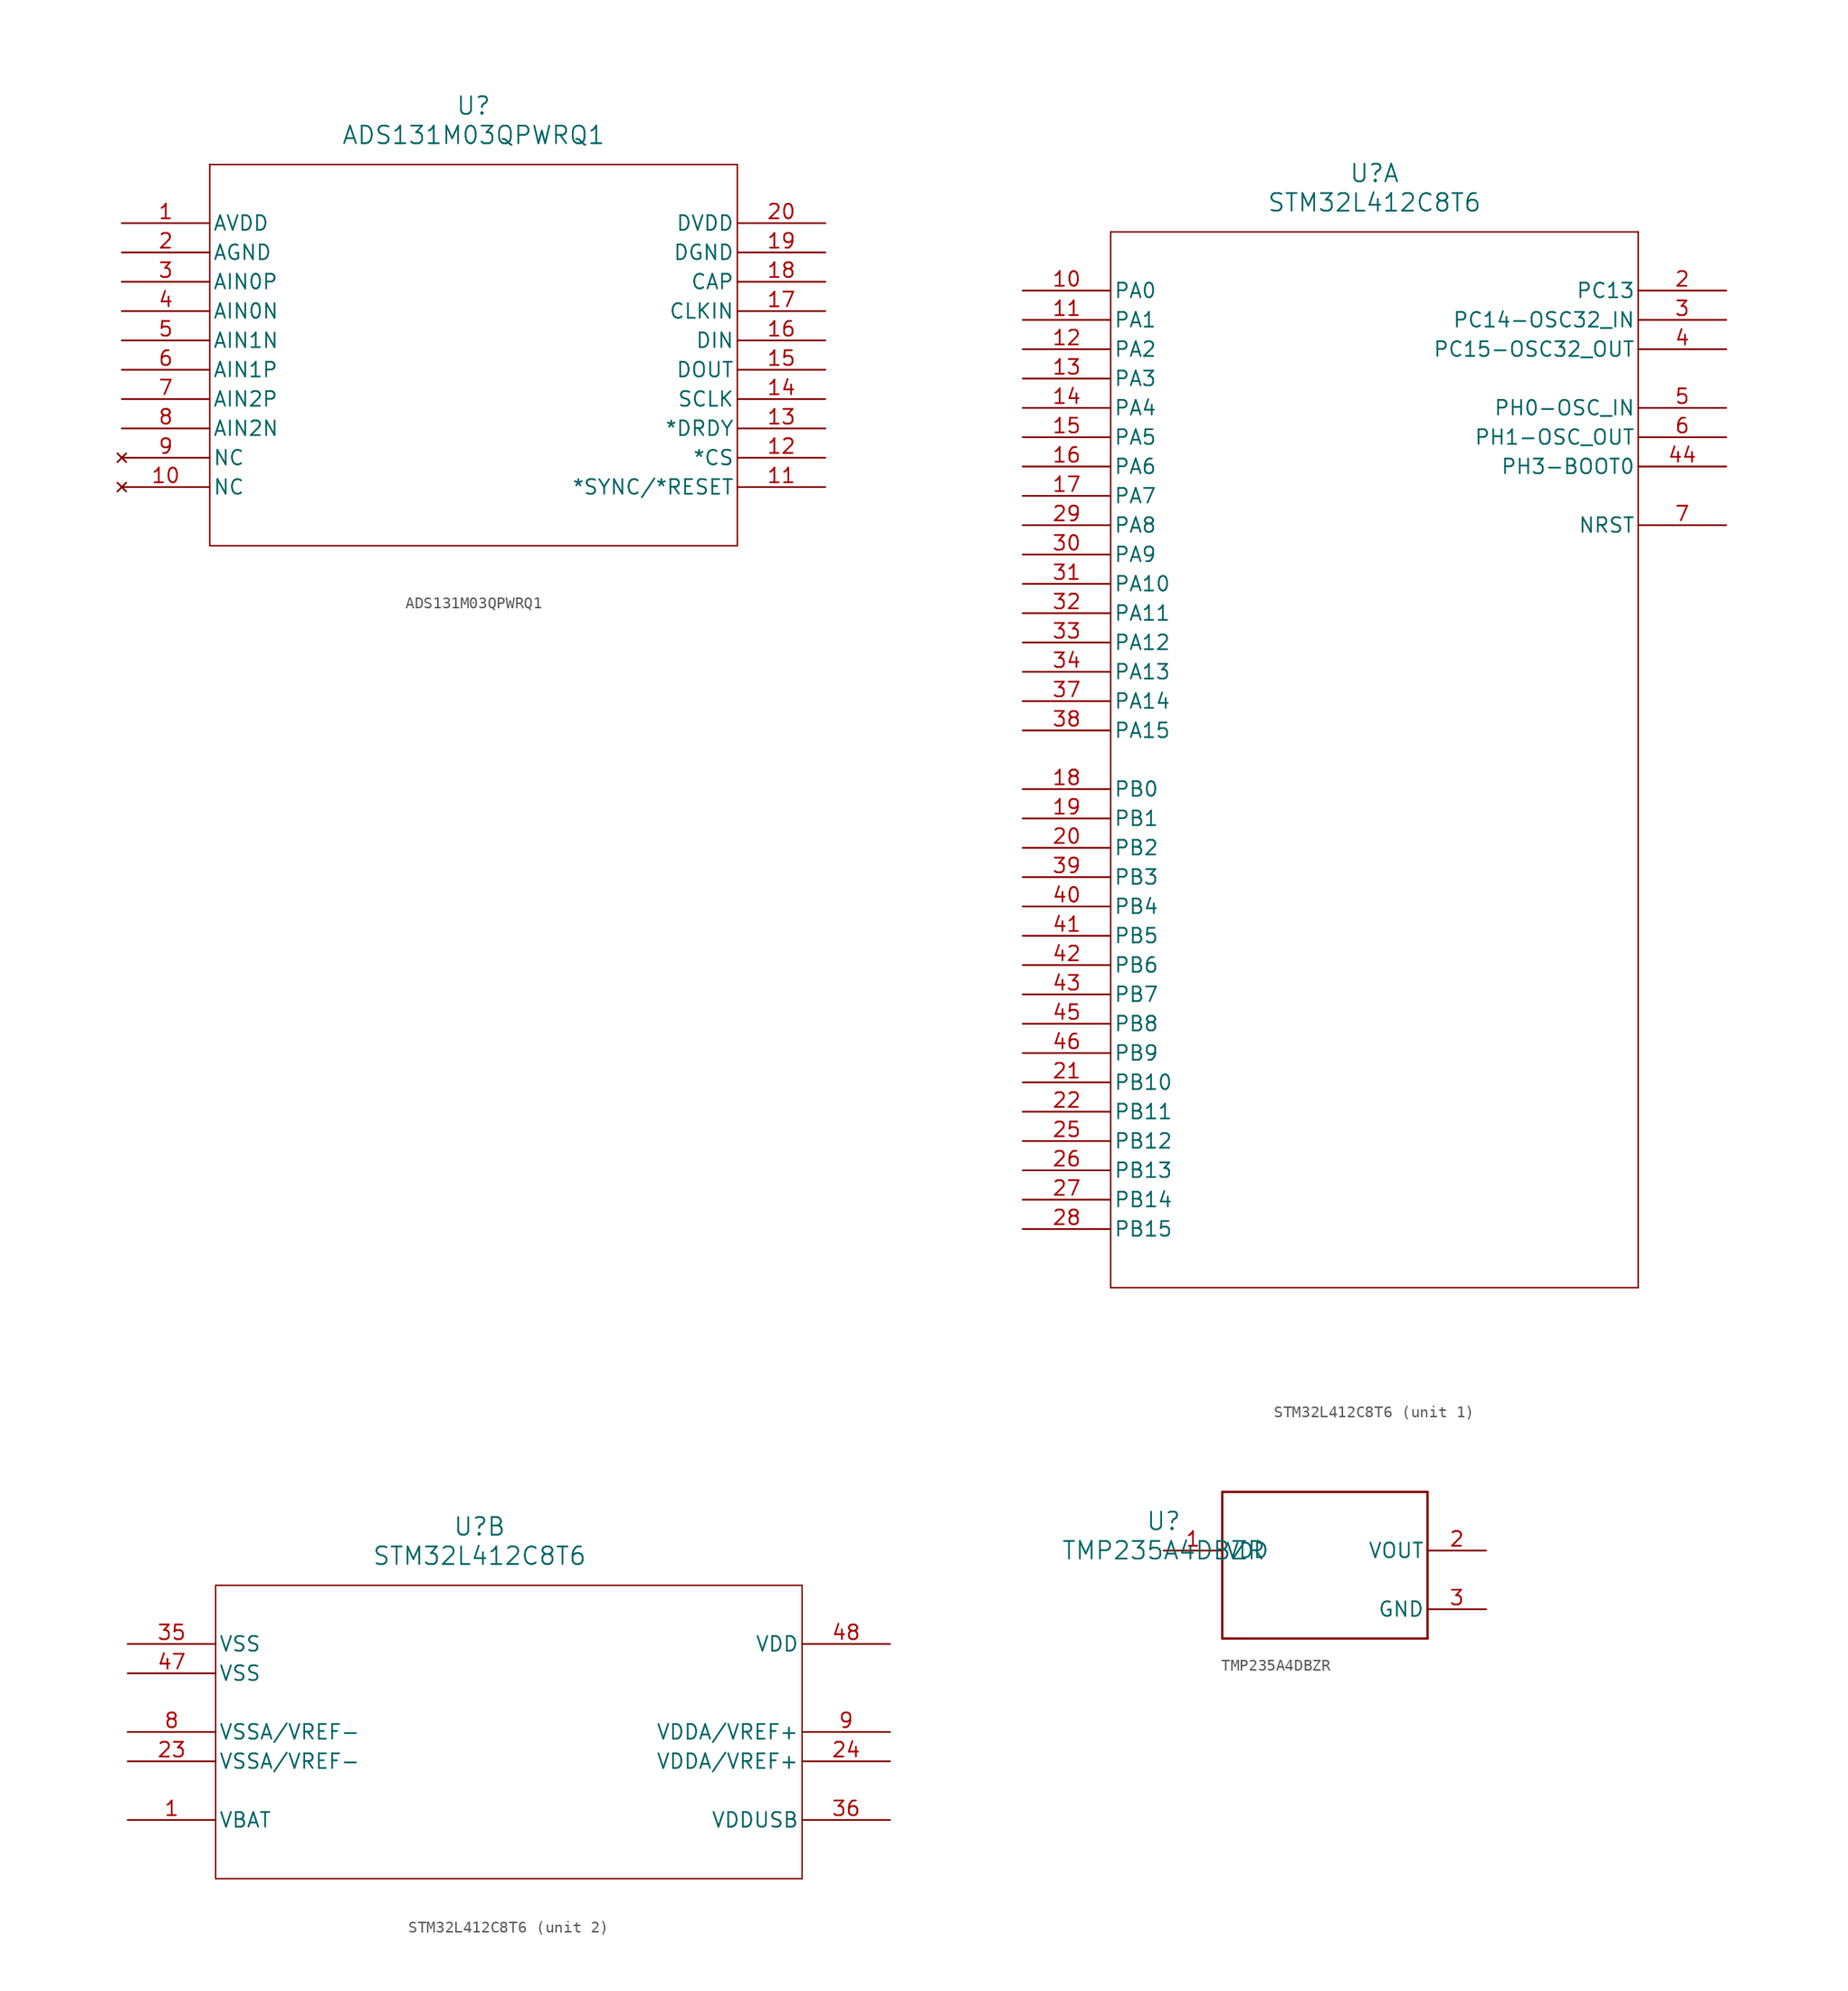
<source format=kicad_sym>
(kicad_symbol_lib
  (version 20241209)
  (generator "kicad_symbol_editor")
  (generator_version "9.0")
  (symbol "ADS131M03QPWRQ1"
    (pin_names
      (offset 0.254))
    (property "Reference" "U"
      (at 30.48 10.16 0)
      (effects (font (size 1.524 1.524))))
    (property "Value" "ADS131M03QPWRQ1"
      (at 30.48 7.62 0)
      (effects (font (size 1.524 1.524))))
    (symbol "ADS131M03QPWRQ1_0_1"
      (polyline (pts (xy 7.62 5.08) (xy 7.62 -27.94)) (stroke (width 0.127) (type default)) (fill (type none)))
      (polyline (pts (xy 7.62 -27.94) (xy 53.34 -27.94)) (stroke (width 0.127) (type default)) (fill (type none)))
      (polyline (pts (xy 53.34 5.08) (xy 7.62 5.08)) (stroke (width 0.127) (type default)) (fill (type none)))
      (polyline (pts (xy 53.34 -27.94) (xy 53.34 5.08)) (stroke (width 0.127) (type default)) (fill (type none)))
      (pin power_in line (at 0 0 0) (length 7.62) (name "AVDD" (effects (font (size 1.27 1.27)))) (number "1" (effects (font (size 1.27 1.27)))))
      (pin power_out line (at 0 -2.54 0) (length 7.62) (name "AGND" (effects (font (size 1.27 1.27)))) (number "2" (effects (font (size 1.27 1.27)))))
      (pin unspecified line (at 0 -5.08 0) (length 7.62) (name "AIN0P" (effects (font (size 1.27 1.27)))) (number "3" (effects (font (size 1.27 1.27)))))
      (pin unspecified line (at 0 -7.62 0) (length 7.62) (name "AIN0N" (effects (font (size 1.27 1.27)))) (number "4" (effects (font (size 1.27 1.27)))))
      (pin unspecified line (at 0 -10.16 0) (length 7.62) (name "AIN1N" (effects (font (size 1.27 1.27)))) (number "5" (effects (font (size 1.27 1.27)))))
      (pin unspecified line (at 0 -12.7 0) (length 7.62) (name "AIN1P" (effects (font (size 1.27 1.27)))) (number "6" (effects (font (size 1.27 1.27)))))
      (pin unspecified line (at 0 -15.24 0) (length 7.62) (name "AIN2P" (effects (font (size 1.27 1.27)))) (number "7" (effects (font (size 1.27 1.27)))))
      (pin unspecified line (at 0 -17.78 0) (length 7.62) (name "AIN2N" (effects (font (size 1.27 1.27)))) (number "8" (effects (font (size 1.27 1.27)))))
      (pin no_connect line (at 0 -20.32 0) (length 7.62) (name "NC" (effects (font (size 1.27 1.27)))) (number "9" (effects (font (size 1.27 1.27)))))
      (pin no_connect line (at 0 -22.86 0) (length 7.62) (name "NC" (effects (font (size 1.27 1.27)))) (number "10" (effects (font (size 1.27 1.27)))))
      (pin power_out line (at 60.96 -2.54 180) (length 7.62) (name "DGND" (effects (font (size 1.27 1.27)))) (number "19" (effects (font (size 1.27 1.27)))))
      (pin unspecified line (at 60.96 -5.08 180) (length 7.62) (name "CAP" (effects (font (size 1.27 1.27)))) (number "18" (effects (font (size 1.27 1.27)))))
      (pin input line (at 60.96 -7.62 180) (length 7.62) (name "CLKIN" (effects (font (size 1.27 1.27)))) (number "17" (effects (font (size 1.27 1.27)))))
      (pin input line (at 60.96 -10.16 180) (length 7.62) (name "DIN" (effects (font (size 1.27 1.27)))) (number "16" (effects (font (size 1.27 1.27)))))
      (pin output line (at 60.96 -12.7 180) (length 7.62) (name "DOUT" (effects (font (size 1.27 1.27)))) (number "15" (effects (font (size 1.27 1.27)))))
      (pin input line (at 60.96 -15.24 180) (length 7.62) (name "SCLK" (effects (font (size 1.27 1.27)))) (number "14" (effects (font (size 1.27 1.27)))))
      (pin output line (at 60.96 -17.78 180) (length 7.62) (name "*DRDY" (effects (font (size 1.27 1.27)))) (number "13" (effects (font (size 1.27 1.27)))))
      (pin input line (at 60.96 -20.32 180) (length 7.62) (name "*CS" (effects (font (size 1.27 1.27)))) (number "12" (effects (font (size 1.27 1.27)))))
      (pin input line (at 60.96 -22.86 180) (length 7.62) (name "*SYNC/*RESET" (effects (font (size 1.27 1.27)))) (number "11" (effects (font (size 1.27 1.27))))))
    (symbol "ADS131M03QPWRQ1_1_1"
      (pin power_in line (at 60.96 0 180) (length 7.62) (name "DVDD" (effects (font (size 1.27 1.27)))) (number "20" (effects (font (size 1.27 1.27)))))))
  (symbol "STM32L412C8T6"
    (pin_names
      (offset 0.254))
    (property "Reference" "U"
      (at 30.48 10.16 0)
      (effects (font (size 1.524 1.524))))
    (property "Value" "STM32L412C8T6"
      (at 30.48 7.62 0)
      (effects (font (size 1.524 1.524))))
    (property "ki_locked" ""
      (at 0 0 0)
      (effects (font (size 1.27 1.27))))
    (symbol "STM32L412C8T6_1_1"
      (polyline (pts (xy 7.62 5.08) (xy 7.62 -86.36)) (stroke (width 0.127) (type default)) (fill (type none)))
      (polyline (pts (xy 7.62 -86.36) (xy 53.34 -86.36)) (stroke (width 0.127) (type default)) (fill (type none)))
      (polyline (pts (xy 53.34 5.08) (xy 7.62 5.08)) (stroke (width 0.127) (type default)) (fill (type none)))
      (polyline (pts (xy 53.34 -86.36) (xy 53.34 5.08)) (stroke (width 0.127) (type default)) (fill (type none)))
      (pin bidirectional line (at 0 0 0) (length 7.62) (name "PA0" (effects (font (size 1.27 1.27)))) (number "10" (effects (font (size 1.27 1.27)))))
      (pin bidirectional line (at 0 -2.54 0) (length 7.62) (name "PA1" (effects (font (size 1.27 1.27)))) (number "11" (effects (font (size 1.27 1.27)))))
      (pin bidirectional line (at 0 -5.08 0) (length 7.62) (name "PA2" (effects (font (size 1.27 1.27)))) (number "12" (effects (font (size 1.27 1.27)))))
      (pin bidirectional line (at 0 -7.62 0) (length 7.62) (name "PA3" (effects (font (size 1.27 1.27)))) (number "13" (effects (font (size 1.27 1.27)))))
      (pin bidirectional line (at 0 -10.16 0) (length 7.62) (name "PA4" (effects (font (size 1.27 1.27)))) (number "14" (effects (font (size 1.27 1.27)))))
      (pin bidirectional line (at 0 -12.7 0) (length 7.62) (name "PA5" (effects (font (size 1.27 1.27)))) (number "15" (effects (font (size 1.27 1.27)))))
      (pin bidirectional line (at 0 -15.24 0) (length 7.62) (name "PA6" (effects (font (size 1.27 1.27)))) (number "16" (effects (font (size 1.27 1.27)))))
      (pin bidirectional line (at 0 -17.78 0) (length 7.62) (name "PA7" (effects (font (size 1.27 1.27)))) (number "17" (effects (font (size 1.27 1.27)))))
      (pin bidirectional line (at 0 -20.32 0) (length 7.62) (name "PA8" (effects (font (size 1.27 1.27)))) (number "29" (effects (font (size 1.27 1.27)))))
      (pin bidirectional line (at 0 -22.86 0) (length 7.62) (name "PA9" (effects (font (size 1.27 1.27)))) (number "30" (effects (font (size 1.27 1.27)))))
      (pin bidirectional line (at 0 -25.4 0) (length 7.62) (name "PA10" (effects (font (size 1.27 1.27)))) (number "31" (effects (font (size 1.27 1.27)))))
      (pin bidirectional line (at 0 -27.94 0) (length 7.62) (name "PA11" (effects (font (size 1.27 1.27)))) (number "32" (effects (font (size 1.27 1.27)))))
      (pin bidirectional line (at 0 -30.48 0) (length 7.62) (name "PA12" (effects (font (size 1.27 1.27)))) (number "33" (effects (font (size 1.27 1.27)))))
      (pin bidirectional line (at 0 -33.02 0) (length 7.62) (name "PA13" (effects (font (size 1.27 1.27)))) (number "34" (effects (font (size 1.27 1.27)))))
      (pin bidirectional line (at 0 -35.56 0) (length 7.62) (name "PA14" (effects (font (size 1.27 1.27)))) (number "37" (effects (font (size 1.27 1.27)))))
      (pin bidirectional line (at 0 -38.1 0) (length 7.62) (name "PA15" (effects (font (size 1.27 1.27)))) (number "38" (effects (font (size 1.27 1.27)))))
      (pin bidirectional line (at 0 -43.18 0) (length 7.62) (name "PB0" (effects (font (size 1.27 1.27)))) (number "18" (effects (font (size 1.27 1.27)))))
      (pin bidirectional line (at 0 -45.72 0) (length 7.62) (name "PB1" (effects (font (size 1.27 1.27)))) (number "19" (effects (font (size 1.27 1.27)))))
      (pin bidirectional line (at 0 -48.26 0) (length 7.62) (name "PB2" (effects (font (size 1.27 1.27)))) (number "20" (effects (font (size 1.27 1.27)))))
      (pin bidirectional line (at 0 -50.8 0) (length 7.62) (name "PB3" (effects (font (size 1.27 1.27)))) (number "39" (effects (font (size 1.27 1.27)))))
      (pin bidirectional line (at 0 -53.34 0) (length 7.62) (name "PB4" (effects (font (size 1.27 1.27)))) (number "40" (effects (font (size 1.27 1.27)))))
      (pin bidirectional line (at 0 -55.88 0) (length 7.62) (name "PB5" (effects (font (size 1.27 1.27)))) (number "41" (effects (font (size 1.27 1.27)))))
      (pin bidirectional line (at 0 -58.42 0) (length 7.62) (name "PB6" (effects (font (size 1.27 1.27)))) (number "42" (effects (font (size 1.27 1.27)))))
      (pin bidirectional line (at 0 -60.96 0) (length 7.62) (name "PB7" (effects (font (size 1.27 1.27)))) (number "43" (effects (font (size 1.27 1.27)))))
      (pin bidirectional line (at 0 -63.5 0) (length 7.62) (name "PB8" (effects (font (size 1.27 1.27)))) (number "45" (effects (font (size 1.27 1.27)))))
      (pin bidirectional line (at 0 -66.04 0) (length 7.62) (name "PB9" (effects (font (size 1.27 1.27)))) (number "46" (effects (font (size 1.27 1.27)))))
      (pin bidirectional line (at 0 -68.58 0) (length 7.62) (name "PB10" (effects (font (size 1.27 1.27)))) (number "21" (effects (font (size 1.27 1.27)))))
      (pin bidirectional line (at 0 -71.12 0) (length 7.62) (name "PB11" (effects (font (size 1.27 1.27)))) (number "22" (effects (font (size 1.27 1.27)))))
      (pin bidirectional line (at 0 -73.66 0) (length 7.62) (name "PB12" (effects (font (size 1.27 1.27)))) (number "25" (effects (font (size 1.27 1.27)))))
      (pin bidirectional line (at 0 -76.2 0) (length 7.62) (name "PB13" (effects (font (size 1.27 1.27)))) (number "26" (effects (font (size 1.27 1.27)))))
      (pin bidirectional line (at 0 -78.74 0) (length 7.62) (name "PB14" (effects (font (size 1.27 1.27)))) (number "27" (effects (font (size 1.27 1.27)))))
      (pin bidirectional line (at 0 -81.28 0) (length 7.62) (name "PB15" (effects (font (size 1.27 1.27)))) (number "28" (effects (font (size 1.27 1.27)))))
      (pin bidirectional line (at 60.96 0 180) (length 7.62) (name "PC13" (effects (font (size 1.27 1.27)))) (number "2" (effects (font (size 1.27 1.27)))))
      (pin bidirectional line (at 60.96 -2.54 180) (length 7.62) (name "PC14-OSC32_IN" (effects (font (size 1.27 1.27)))) (number "3" (effects (font (size 1.27 1.27)))))
      (pin bidirectional line (at 60.96 -5.08 180) (length 7.62) (name "PC15-OSC32_OUT" (effects (font (size 1.27 1.27)))) (number "4" (effects (font (size 1.27 1.27)))))
      (pin bidirectional line (at 60.96 -10.16 180) (length 7.62) (name "PH0-OSC_IN" (effects (font (size 1.27 1.27)))) (number "5" (effects (font (size 1.27 1.27)))))
      (pin bidirectional line (at 60.96 -12.7 180) (length 7.62) (name "PH1-OSC_OUT" (effects (font (size 1.27 1.27)))) (number "6" (effects (font (size 1.27 1.27)))))
      (pin bidirectional line (at 60.96 -15.24 180) (length 7.62) (name "PH3-BOOT0" (effects (font (size 1.27 1.27)))) (number "44" (effects (font (size 1.27 1.27)))))
      (pin bidirectional line (at 60.96 -20.32 180) (length 7.62) (name "NRST" (effects (font (size 1.27 1.27)))) (number "7" (effects (font (size 1.27 1.27))))))
    (symbol "STM32L412C8T6_2_1"
      (polyline (pts (xy 7.62 5.08) (xy 7.62 -20.32)) (stroke (width 0.127) (type default)) (fill (type none)))
      (polyline (pts (xy 7.62 -20.32) (xy 58.42 -20.32)) (stroke (width 0.127) (type default)) (fill (type none)))
      (polyline (pts (xy 58.42 5.08) (xy 7.62 5.08)) (stroke (width 0.127) (type default)) (fill (type none)))
      (polyline (pts (xy 58.42 -20.32) (xy 58.42 5.08)) (stroke (width 0.127) (type default)) (fill (type none)))
      (pin power_in line (at 0 0 0) (length 7.62) (name "VSS" (effects (font (size 1.27 1.27)))) (number "35" (effects (font (size 1.27 1.27)))))
      (pin power_in line (at 0 -2.54 0) (length 7.62) (name "VSS" (effects (font (size 1.27 1.27)))) (number "47" (effects (font (size 1.27 1.27)))))
      (pin power_in line (at 0 -7.62 0) (length 7.62) (name "VSSA/VREF-" (effects (font (size 1.27 1.27)))) (number "8" (effects (font (size 1.27 1.27)))))
      (pin power_in line (at 0 -10.16 0) (length 7.62) (name "VSSA/VREF-" (effects (font (size 1.27 1.27)))) (number "23" (effects (font (size 1.27 1.27)))))
      (pin power_in line (at 0 -15.24 0) (length 7.62) (name "VBAT" (effects (font (size 1.27 1.27)))) (number "1" (effects (font (size 1.27 1.27)))))
      (pin power_in line (at 66.04 0 180) (length 7.62) (name "VDD" (effects (font (size 1.27 1.27)))) (number "48" (effects (font (size 1.27 1.27)))))
      (pin power_in line (at 66.04 -7.62 180) (length 7.62) (name "VDDA/VREF+" (effects (font (size 1.27 1.27)))) (number "9" (effects (font (size 1.27 1.27)))))
      (pin power_in line (at 66.04 -10.16 180) (length 7.62) (name "VDDA/VREF+" (effects (font (size 1.27 1.27)))) (number "24" (effects (font (size 1.27 1.27)))))
      (pin power_in line (at 66.04 -15.24 180) (length 7.62) (name "VDDUSB" (effects (font (size 1.27 1.27)))) (number "36" (effects (font (size 1.27 1.27)))))))
  (symbol "TMP235A4DBZR"
    (pin_names
      (offset 0.254))
    (property "Reference" "U"
      (at 0 2.54 0)
      (effects (font (size 1.524 1.524))))
    (property "Value" "TMP235A4DBZR"
      (at 0 0 0)
      (effects (font (size 1.524 1.524))))
    (symbol "TMP235A4DBZR_0_1"
      (polyline (pts (xy 5.08 5.08) (xy 5.08 -7.62)) (stroke (width 0.203) (type default)) (fill (type none)))
      (polyline (pts (xy 5.08 -7.62) (xy 22.86 -7.62)) (stroke (width 0.203) (type default)) (fill (type none)))
      (polyline (pts (xy 22.86 5.08) (xy 5.08 5.08)) (stroke (width 0.203) (type default)) (fill (type none)))
      (polyline (pts (xy 22.86 -7.62) (xy 22.86 5.08)) (stroke (width 0.203) (type default)) (fill (type none)))
      (pin power_in line (at 0 0 0) (length 5.08) (name "VDD" (effects (font (size 1.27 1.27)))) (number "1" (effects (font (size 1.27 1.27)))))
      (pin unspecified line (at 27.94 0 180) (length 5.08) (name "VOUT" (effects (font (size 1.27 1.27)))) (number "2" (effects (font (size 1.27 1.27)))))
      (pin power_in line (at 27.94 -5.08 180) (length 5.08) (name "GND" (effects (font (size 1.27 1.27)))) (number "3" (effects (font (size 1.27 1.27))))))))
</source>
